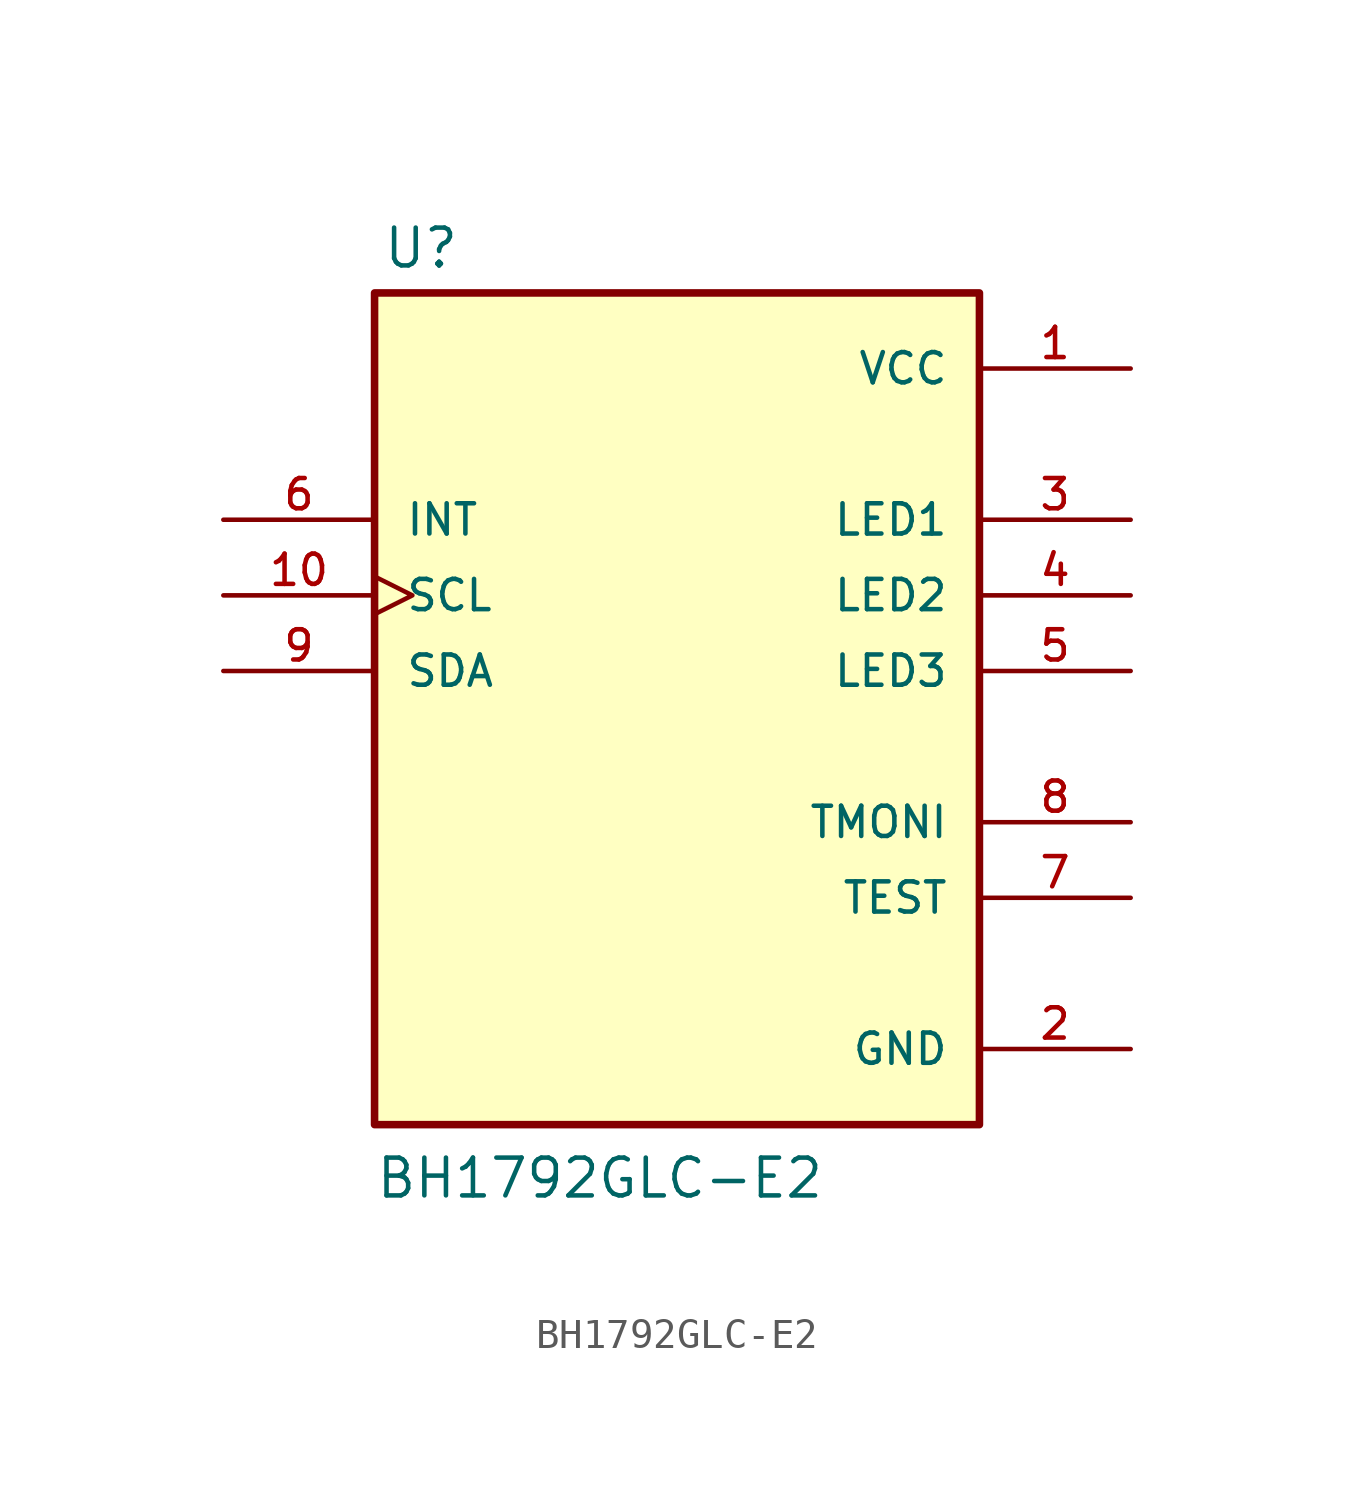
<source format=kicad_sym>
(kicad_symbol_lib
  (version 20211014)
  (generator kicad_symbol_editor)
  (symbol "BH1792GLC-E2"
    (pin_names
      (offset 1.016))
    (property "Reference" "U"
      (at -9.906 13.462 0)
      (effects (font (size 1.27 1.27)) (justify bottom left)))
    (property "Value" "BH1792GLC-E2"
      (at -10.16 -17.78 0)
      (effects (font (size 1.27 1.27)) (justify bottom left)))
    (symbol "BH1792GLC-E2_0_0"
      (rectangle (start -10.16 -15.24) (end 10.16 12.7) (stroke (width 0.254)) (fill (type background)))
      (pin power_in line (at 15.24 10.16 180.0) (length 5.08) (name "VCC" (effects (font (size 1.016 1.016)))) (number "1" (effects (font (size 1.016 1.016)))))
      (pin output line (at 15.24 -5.08 180.0) (length 5.08) (name "TMONI" (effects (font (size 1.016 1.016)))) (number "8" (effects (font (size 1.016 1.016)))))
      (pin power_in line (at 15.24 -12.7 180.0) (length 5.08) (name "GND" (effects (font (size 1.016 1.016)))) (number "2" (effects (font (size 1.016 1.016)))))
      (pin output line (at 15.24 5.08 180.0) (length 5.08) (name "LED1" (effects (font (size 1.016 1.016)))) (number "3" (effects (font (size 1.016 1.016)))))
      (pin output line (at 15.24 2.54 180.0) (length 5.08) (name "LED2" (effects (font (size 1.016 1.016)))) (number "4" (effects (font (size 1.016 1.016)))))
      (pin output line (at 15.24 -7.62 180.0) (length 5.08) (name "TEST" (effects (font (size 1.016 1.016)))) (number "7" (effects (font (size 1.016 1.016)))))
      (pin input line (at -15.24 5.08 0) (length 5.08) (name "INT" (effects (font (size 1.016 1.016)))) (number "6" (effects (font (size 1.016 1.016)))))
      (pin bidirectional line (at -15.24 0.0 0) (length 5.08) (name "SDA" (effects (font (size 1.016 1.016)))) (number "9" (effects (font (size 1.016 1.016)))))
      (pin input clock (at -15.24 2.54 0) (length 5.08) (name "SCL" (effects (font (size 1.016 1.016)))) (number "10" (effects (font (size 1.016 1.016)))))
      (pin output line (at 15.24 0.0 180.0) (length 5.08) (name "LED3" (effects (font (size 1.016 1.016)))) (number "5" (effects (font (size 1.016 1.016))))))))
</source>
